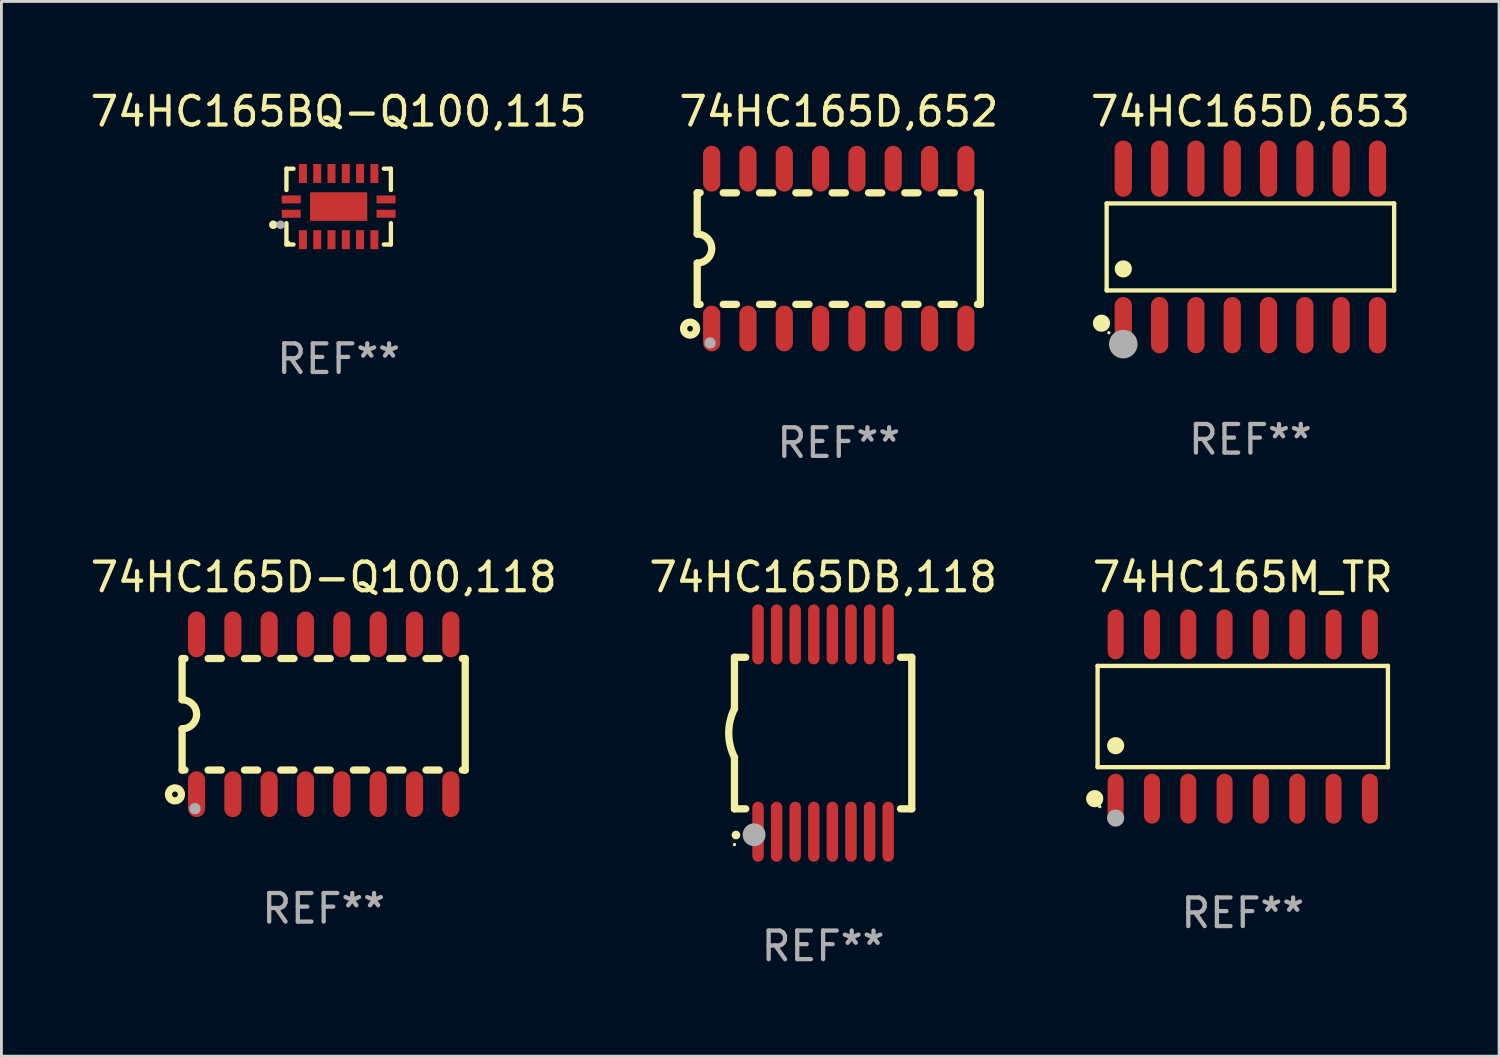
<source format=kicad_pcb>
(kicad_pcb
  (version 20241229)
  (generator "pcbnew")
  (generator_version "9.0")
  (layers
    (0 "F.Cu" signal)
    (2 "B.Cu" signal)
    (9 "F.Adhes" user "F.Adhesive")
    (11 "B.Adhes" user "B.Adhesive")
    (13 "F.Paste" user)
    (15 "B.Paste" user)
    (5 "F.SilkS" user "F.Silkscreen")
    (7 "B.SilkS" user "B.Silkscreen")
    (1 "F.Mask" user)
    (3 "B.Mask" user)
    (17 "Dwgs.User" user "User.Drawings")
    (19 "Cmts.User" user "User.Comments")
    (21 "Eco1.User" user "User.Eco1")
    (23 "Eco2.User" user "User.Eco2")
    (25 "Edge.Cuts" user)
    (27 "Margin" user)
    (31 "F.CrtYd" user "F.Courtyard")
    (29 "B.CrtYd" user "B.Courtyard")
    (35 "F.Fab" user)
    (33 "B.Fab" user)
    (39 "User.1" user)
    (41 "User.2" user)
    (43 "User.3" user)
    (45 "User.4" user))
  (footprint "74HC165D,653"
    (layer "F.Cu")
    (at 40.673 5.584)
    (property "Reference" "74HC165D,653" (at 0 -4.736 0) (layer "F.SilkS") (effects (font (size 1 1) (thickness 0.15))))
    (attr through_hole)
    (fp_line (start -5.026 -1.521) (end 5.026 -1.521) (stroke (width 0.152) (type solid)) (layer "F.SilkS"))
    (fp_line (start -5.026 1.521) (end -5.026 -1.521) (stroke (width 0.152) (type solid)) (layer "F.SilkS"))
    (fp_line (start 5.026 -1.521) (end 5.026 1.521) (stroke (width 0.152) (type solid)) (layer "F.SilkS"))
    (fp_line (start 5.026 1.521) (end -5.026 1.521) (stroke (width 0.152) (type solid)) (layer "F.SilkS"))
    (fp_circle (center -5.207 2.667) (end -5.057 2.667) (stroke (width 0.3) (type solid)) (fill no) (layer "F.SilkS"))
    (fp_circle (center -4.95 3) (end -4.92 3) (stroke (width 0.06) (type solid)) (fill no) (layer "F.SilkS"))
    (fp_circle (center -4.445 0.769) (end -4.295 0.769) (stroke (width 0.3) (type solid)) (fill no) (layer "F.SilkS"))
    (fp_circle (center -4.445 3.4) (end -4.195 3.4) (stroke (width 0.5) (type solid)) (fill no) (layer "F.Fab"))
    (fp_text user "REF**" (at 0 6.736 0) (layer "F.Fab") (effects (font (size 1 1) (thickness 0.15))))
    (pad "1" smd oval (at -4.445 2.736) (size 0.602 1.971) (layers "F.Cu" "F.Mask" "F.Paste"))
    (pad "2" smd oval (at -3.175 2.736) (size 0.602 1.971) (layers "F.Cu" "F.Mask" "F.Paste"))
    (pad "3" smd oval (at -1.905 2.736) (size 0.602 1.971) (layers "F.Cu" "F.Mask" "F.Paste"))
    (pad "4" smd oval (at -0.635 2.736) (size 0.602 1.971) (layers "F.Cu" "F.Mask" "F.Paste"))
    (pad "5" smd oval (at 0.635 2.736) (size 0.602 1.971) (layers "F.Cu" "F.Mask" "F.Paste"))
    (pad "6" smd oval (at 1.905 2.736) (size 0.602 1.971) (layers "F.Cu" "F.Mask" "F.Paste"))
    (pad "7" smd oval (at 3.175 2.736) (size 0.602 1.971) (layers "F.Cu" "F.Mask" "F.Paste"))
    (pad "8" smd oval (at 4.445 2.736) (size 0.602 1.971) (layers "F.Cu" "F.Mask" "F.Paste"))
    (pad "9" smd oval (at 4.445 -2.736) (size 0.602 1.971) (layers "F.Cu" "F.Mask" "F.Paste"))
    (pad "10" smd oval (at 3.175 -2.736) (size 0.602 1.971) (layers "F.Cu" "F.Mask" "F.Paste"))
    (pad "11" smd oval (at 1.905 -2.736) (size 0.602 1.971) (layers "F.Cu" "F.Mask" "F.Paste"))
    (pad "12" smd oval (at 0.635 -2.736) (size 0.602 1.971) (layers "F.Cu" "F.Mask" "F.Paste"))
    (pad "13" smd oval (at -0.635 -2.736) (size 0.602 1.971) (layers "F.Cu" "F.Mask" "F.Paste"))
    (pad "14" smd oval (at -1.905 -2.736) (size 0.602 1.971) (layers "F.Cu" "F.Mask" "F.Paste"))
    (pad "15" smd oval (at -3.175 -2.736) (size 0.602 1.971) (layers "F.Cu" "F.Mask" "F.Paste"))
    (pad "16" smd oval (at -4.445 -2.736) (size 0.602 1.971) (layers "F.Cu" "F.Mask" "F.Paste")))
  (footprint "74HC165D,652"
    (layer "F.Cu")
    (at 26.28 5.642)
    (property "Reference" "74HC165D,652" (at 0 -4.794 0) (layer "F.SilkS") (effects (font (size 1 1) (thickness 0.15))))
    (attr through_hole)
    (fp_line (start -4.95 -1.95) (end -4.95 -0.508) (stroke (width 0.254) (type solid)) (layer "F.SilkS"))
    (fp_line (start -4.95 -1.95) (end -4.849 -1.95) (stroke (width 0.254) (type solid)) (layer "F.SilkS"))
    (fp_line (start -4.95 1.95) (end -4.95 0.508) (stroke (width 0.254) (type solid)) (layer "F.SilkS"))
    (fp_line (start -4.95 1.95) (end -4.849 1.95) (stroke (width 0.254) (type solid)) (layer "F.SilkS"))
    (fp_line (start -4.041 -1.95) (end -3.579 -1.95) (stroke (width 0.254) (type solid)) (layer "F.SilkS"))
    (fp_line (start -4.041 1.95) (end -3.579 1.95) (stroke (width 0.254) (type solid)) (layer "F.SilkS"))
    (fp_line (start -2.771 -1.95) (end -2.309 -1.95) (stroke (width 0.254) (type solid)) (layer "F.SilkS"))
    (fp_line (start -2.771 1.95) (end -2.309 1.95) (stroke (width 0.254) (type solid)) (layer "F.SilkS"))
    (fp_line (start -1.501 -1.95) (end -1.039 -1.95) (stroke (width 0.254) (type solid)) (layer "F.SilkS"))
    (fp_line (start -1.501 1.95) (end -1.039 1.95) (stroke (width 0.254) (type solid)) (layer "F.SilkS"))
    (fp_line (start -0.231 -1.95) (end 0.231 -1.95) (stroke (width 0.254) (type solid)) (layer "F.SilkS"))
    (fp_line (start -0.231 1.95) (end 0.231 1.95) (stroke (width 0.254) (type solid)) (layer "F.SilkS"))
    (fp_line (start 1.039 -1.95) (end 1.501 -1.95) (stroke (width 0.254) (type solid)) (layer "F.SilkS"))
    (fp_line (start 1.039 1.95) (end 1.501 1.95) (stroke (width 0.254) (type solid)) (layer "F.SilkS"))
    (fp_line (start 2.309 -1.95) (end 2.771 -1.95) (stroke (width 0.254) (type solid)) (layer "F.SilkS"))
    (fp_line (start 2.309 1.95) (end 2.771 1.95) (stroke (width 0.254) (type solid)) (layer "F.SilkS"))
    (fp_line (start 3.579 -1.95) (end 4.041 -1.95) (stroke (width 0.254) (type solid)) (layer "F.SilkS"))
    (fp_line (start 3.579 1.95) (end 4.041 1.95) (stroke (width 0.254) (type solid)) (layer "F.SilkS"))
    (fp_line (start 4.849 -1.95) (end 4.95 -1.95) (stroke (width 0.254) (type solid)) (layer "F.SilkS"))
    (fp_line (start 4.849 1.95) (end 4.95 1.95) (stroke (width 0.254) (type solid)) (layer "F.SilkS"))
    (fp_line (start 4.95 -1.95) (end 4.95 1.95) (stroke (width 0.254) (type solid)) (layer "F.SilkS"))
    (fp_arc (start -4.95047 -0.508001) (mid -4.442469 -0.000228) (end -4.950013 0.508001) (stroke (width 0.254001) (type solid)) (layer "F.SilkS"))
    (fp_circle (center -5.2 2.8) (end -5.1 2.8) (stroke (width 0.254) (type solid)) (fill no) (layer "F.SilkS"))
    (fp_circle (center -4.95 2.947) (end -4.92 2.947) (stroke (width 0.06) (type solid)) (fill no) (layer "F.SilkS"))
    (fp_circle (center -4.5 3.3) (end -4.4 3.3) (stroke (width 0.2) (type solid)) (fill no) (layer "F.Fab"))
    (fp_text user "REF**" (at 0 6.794 0) (layer "F.Fab") (effects (font (size 1 1) (thickness 0.15))))
    (pad "1" smd oval (at -4.445 2.794) (size 0.6 1.6) (layers "F.Cu" "F.Mask" "F.Paste"))
    (pad "2" smd oval (at -3.175 2.794) (size 0.6 1.6) (layers "F.Cu" "F.Mask" "F.Paste"))
    (pad "3" smd oval (at -1.905 2.794) (size 0.6 1.6) (layers "F.Cu" "F.Mask" "F.Paste"))
    (pad "4" smd oval (at -0.635 2.794) (size 0.6 1.6) (layers "F.Cu" "F.Mask" "F.Paste"))
    (pad "5" smd oval (at 0.635 2.794) (size 0.6 1.6) (layers "F.Cu" "F.Mask" "F.Paste"))
    (pad "6" smd oval (at 1.905 2.794) (size 0.6 1.6) (layers "F.Cu" "F.Mask" "F.Paste"))
    (pad "7" smd oval (at 3.175 2.794) (size 0.6 1.6) (layers "F.Cu" "F.Mask" "F.Paste"))
    (pad "8" smd oval (at 4.445 2.794) (size 0.6 1.6) (layers "F.Cu" "F.Mask" "F.Paste"))
    (pad "9" smd oval (at 4.445 -2.794) (size 0.6 1.6) (layers "F.Cu" "F.Mask" "F.Paste"))
    (pad "10" smd oval (at 3.175 -2.794) (size 0.6 1.6) (layers "F.Cu" "F.Mask" "F.Paste"))
    (pad "11" smd oval (at 1.905 -2.794) (size 0.6 1.6) (layers "F.Cu" "F.Mask" "F.Paste"))
    (pad "12" smd oval (at 0.635 -2.794) (size 0.6 1.6) (layers "F.Cu" "F.Mask" "F.Paste"))
    (pad "13" smd oval (at -0.635 -2.794) (size 0.6 1.6) (layers "F.Cu" "F.Mask" "F.Paste"))
    (pad "14" smd oval (at -1.905 -2.794) (size 0.6 1.6) (layers "F.Cu" "F.Mask" "F.Paste"))
    (pad "15" smd oval (at -3.175 -2.794) (size 0.6 1.6) (layers "F.Cu" "F.Mask" "F.Paste"))
    (pad "16" smd oval (at -4.445 -2.794) (size 0.6 1.6) (layers "F.Cu" "F.Mask" "F.Paste")))
  (footprint "74HC165M_TR"
    (layer "F.Cu")
    (at 40.406 22.005)
    (property "Reference" "74HC165M_TR" (at 0 -4.872 0) (layer "F.SilkS") (effects (font (size 1 1) (thickness 0.15))))
    (attr through_hole)
    (fp_line (start -5.076 -1.771) (end 5.076 -1.771) (stroke (width 0.152) (type solid)) (layer "F.SilkS"))
    (fp_line (start -5.076 1.771) (end -5.076 -1.771) (stroke (width 0.152) (type solid)) (layer "F.SilkS"))
    (fp_line (start 5.076 -1.771) (end 5.076 1.771) (stroke (width 0.152) (type solid)) (layer "F.SilkS"))
    (fp_line (start 5.076 1.771) (end -5.076 1.771) (stroke (width 0.152) (type solid)) (layer "F.SilkS"))
    (fp_circle (center -5.177 2.872) (end -5.027 2.872) (stroke (width 0.3) (type solid)) (fill no) (layer "F.SilkS"))
    (fp_circle (center -5 3.15) (end -4.97 3.15) (stroke (width 0.06) (type solid)) (fill no) (layer "F.SilkS"))
    (fp_circle (center -4.445 1.019) (end -4.295 1.019) (stroke (width 0.3) (type solid)) (fill no) (layer "F.SilkS"))
    (fp_circle (center -4.445 3.55) (end -4.295 3.55) (stroke (width 0.3) (type solid)) (fill no) (layer "F.Fab"))
    (fp_text user "REF**" (at 0 6.872 0) (layer "F.Fab") (effects (font (size 1 1) (thickness 0.15))))
    (pad "1" smd oval (at -4.445 2.872) (size 0.56 1.745) (layers "F.Cu" "F.Mask" "F.Paste"))
    (pad "2" smd oval (at -3.175 2.872) (size 0.56 1.745) (layers "F.Cu" "F.Mask" "F.Paste"))
    (pad "3" smd oval (at -1.905 2.872) (size 0.56 1.745) (layers "F.Cu" "F.Mask" "F.Paste"))
    (pad "4" smd oval (at -0.635 2.872) (size 0.56 1.745) (layers "F.Cu" "F.Mask" "F.Paste"))
    (pad "5" smd oval (at 0.635 2.872) (size 0.56 1.745) (layers "F.Cu" "F.Mask" "F.Paste"))
    (pad "6" smd oval (at 1.905 2.872) (size 0.56 1.745) (layers "F.Cu" "F.Mask" "F.Paste"))
    (pad "7" smd oval (at 3.175 2.872) (size 0.56 1.745) (layers "F.Cu" "F.Mask" "F.Paste"))
    (pad "8" smd oval (at 4.445 2.872) (size 0.56 1.745) (layers "F.Cu" "F.Mask" "F.Paste"))
    (pad "9" smd oval (at 4.445 -2.872) (size 0.56 1.745) (layers "F.Cu" "F.Mask" "F.Paste"))
    (pad "10" smd oval (at 3.175 -2.872) (size 0.56 1.745) (layers "F.Cu" "F.Mask" "F.Paste"))
    (pad "11" smd oval (at 1.905 -2.872) (size 0.56 1.745) (layers "F.Cu" "F.Mask" "F.Paste"))
    (pad "12" smd oval (at 0.635 -2.872) (size 0.56 1.745) (layers "F.Cu" "F.Mask" "F.Paste"))
    (pad "13" smd oval (at -0.635 -2.872) (size 0.56 1.745) (layers "F.Cu" "F.Mask" "F.Paste"))
    (pad "14" smd oval (at -1.905 -2.872) (size 0.56 1.745) (layers "F.Cu" "F.Mask" "F.Paste"))
    (pad "15" smd oval (at -3.175 -2.872) (size 0.56 1.745) (layers "F.Cu" "F.Mask" "F.Paste"))
    (pad "16" smd oval (at -4.445 -2.872) (size 0.56 1.745) (layers "F.Cu" "F.Mask" "F.Paste")))
  (footprint "74HC165BQ-Q100,115"
    (layer "F.Cu")
    (at 8.792 4.174)
    (property "Reference" "74HC165BQ-Q100,115" (at 0 -3.326 0) (layer "F.SilkS") (effects (font (size 1 1) (thickness 0.15))))
    (attr through_hole)
    (fp_line (start -1.826 -1.326) (end -1.58 -1.326) (stroke (width 0.152) (type solid)) (layer "F.SilkS"))
    (fp_line (start -1.826 -0.58) (end -1.826 -1.326) (stroke (width 0.152) (type solid)) (layer "F.SilkS"))
    (fp_line (start -1.826 0.58) (end -1.826 1.326) (stroke (width 0.152) (type solid)) (layer "F.SilkS"))
    (fp_line (start -1.826 1.326) (end -1.58 1.326) (stroke (width 0.152) (type solid)) (layer "F.SilkS"))
    (fp_line (start 1.826 -1.326) (end 1.58 -1.326) (stroke (width 0.152) (type solid)) (layer "F.SilkS"))
    (fp_line (start 1.826 -0.58) (end 1.826 -1.326) (stroke (width 0.152) (type solid)) (layer "F.SilkS"))
    (fp_line (start 1.826 0.58) (end 1.826 1.326) (stroke (width 0.152) (type solid)) (layer "F.SilkS"))
    (fp_line (start 1.826 1.326) (end 1.58 1.326) (stroke (width 0.152) (type solid)) (layer "F.SilkS"))
    (fp_circle (center -2.286 0.635) (end -2.211 0.635) (stroke (width 0.15) (type solid)) (fill no) (layer "F.SilkS"))
    (fp_circle (center -1.75 1.25) (end -1.72 1.25) (stroke (width 0.06) (type solid)) (fill no) (layer "F.SilkS"))
    (fp_circle (center -2.032 0.635) (end -1.957 0.635) (stroke (width 0.15) (type solid)) (fill no) (layer "F.Fab"))
    (fp_text user "REF**" (at 0 5.326 0) (layer "F.Fab") (effects (font (size 1 1) (thickness 0.15))))
    (pad "1" smd rect (at -1.658 0.25) (size 0.665 0.28) (layers "F.Cu" "F.Mask" "F.Paste"))
    (pad "2" smd rect (at -1.25 1.157) (size 0.28 0.665) (layers "F.Cu" "F.Mask" "F.Paste"))
    (pad "3" smd rect (at -0.75 1.157) (size 0.28 0.665) (layers "F.Cu" "F.Mask" "F.Paste"))
    (pad "4" smd rect (at -0.25 1.157) (size 0.28 0.665) (layers "F.Cu" "F.Mask" "F.Paste"))
    (pad "5" smd rect (at 0.25 1.157) (size 0.28 0.665) (layers "F.Cu" "F.Mask" "F.Paste"))
    (pad "6" smd rect (at 0.75 1.157) (size 0.28 0.665) (layers "F.Cu" "F.Mask" "F.Paste"))
    (pad "7" smd rect (at 1.25 1.157) (size 0.28 0.665) (layers "F.Cu" "F.Mask" "F.Paste"))
    (pad "8" smd rect (at 1.658 0.25) (size 0.665 0.28) (layers "F.Cu" "F.Mask" "F.Paste"))
    (pad "9" smd rect (at 1.658 -0.25) (size 0.665 0.28) (layers "F.Cu" "F.Mask" "F.Paste"))
    (pad "10" smd rect (at 1.25 -1.157) (size 0.28 0.665) (layers "F.Cu" "F.Mask" "F.Paste"))
    (pad "11" smd rect (at 0.75 -1.157) (size 0.28 0.665) (layers "F.Cu" "F.Mask" "F.Paste"))
    (pad "12" smd rect (at 0.25 -1.157) (size 0.28 0.665) (layers "F.Cu" "F.Mask" "F.Paste"))
    (pad "13" smd rect (at -0.25 -1.157) (size 0.28 0.665) (layers "F.Cu" "F.Mask" "F.Paste"))
    (pad "14" smd rect (at -0.75 -1.157) (size 0.28 0.665) (layers "F.Cu" "F.Mask" "F.Paste"))
    (pad "15" smd rect (at -1.25 -1.157) (size 0.28 0.665) (layers "F.Cu" "F.Mask" "F.Paste"))
    (pad "16" smd rect (at -1.658 -0.25) (size 0.665 0.28) (layers "F.Cu" "F.Mask" "F.Paste"))
    (pad "17" smd rect (at 0 0) (size 2 1) (layers "F.Cu" "F.Mask" "F.Paste")))
  (footprint "74HC165D-Q100,118"
    (layer "F.Cu")
    (at 8.268 21.927)
    (property "Reference" "74HC165D-Q100,118" (at 0 -4.794 0) (layer "F.SilkS") (effects (font (size 1 1) (thickness 0.15))))
    (attr through_hole)
    (fp_line (start -4.95 -1.95) (end -4.95 -0.508) (stroke (width 0.254) (type solid)) (layer "F.SilkS"))
    (fp_line (start -4.95 -1.95) (end -4.849 -1.95) (stroke (width 0.254) (type solid)) (layer "F.SilkS"))
    (fp_line (start -4.95 1.95) (end -4.95 0.508) (stroke (width 0.254) (type solid)) (layer "F.SilkS"))
    (fp_line (start -4.95 1.95) (end -4.849 1.95) (stroke (width 0.254) (type solid)) (layer "F.SilkS"))
    (fp_line (start -4.041 -1.95) (end -3.579 -1.95) (stroke (width 0.254) (type solid)) (layer "F.SilkS"))
    (fp_line (start -4.041 1.95) (end -3.579 1.95) (stroke (width 0.254) (type solid)) (layer "F.SilkS"))
    (fp_line (start -2.771 -1.95) (end -2.309 -1.95) (stroke (width 0.254) (type solid)) (layer "F.SilkS"))
    (fp_line (start -2.771 1.95) (end -2.309 1.95) (stroke (width 0.254) (type solid)) (layer "F.SilkS"))
    (fp_line (start -1.501 -1.95) (end -1.039 -1.95) (stroke (width 0.254) (type solid)) (layer "F.SilkS"))
    (fp_line (start -1.501 1.95) (end -1.039 1.95) (stroke (width 0.254) (type solid)) (layer "F.SilkS"))
    (fp_line (start -0.231 -1.95) (end 0.231 -1.95) (stroke (width 0.254) (type solid)) (layer "F.SilkS"))
    (fp_line (start -0.231 1.95) (end 0.231 1.95) (stroke (width 0.254) (type solid)) (layer "F.SilkS"))
    (fp_line (start 1.039 -1.95) (end 1.501 -1.95) (stroke (width 0.254) (type solid)) (layer "F.SilkS"))
    (fp_line (start 1.039 1.95) (end 1.501 1.95) (stroke (width 0.254) (type solid)) (layer "F.SilkS"))
    (fp_line (start 2.309 -1.95) (end 2.771 -1.95) (stroke (width 0.254) (type solid)) (layer "F.SilkS"))
    (fp_line (start 2.309 1.95) (end 2.771 1.95) (stroke (width 0.254) (type solid)) (layer "F.SilkS"))
    (fp_line (start 3.579 -1.95) (end 4.041 -1.95) (stroke (width 0.254) (type solid)) (layer "F.SilkS"))
    (fp_line (start 3.579 1.95) (end 4.041 1.95) (stroke (width 0.254) (type solid)) (layer "F.SilkS"))
    (fp_line (start 4.849 -1.95) (end 4.95 -1.95) (stroke (width 0.254) (type solid)) (layer "F.SilkS"))
    (fp_line (start 4.849 1.95) (end 4.95 1.95) (stroke (width 0.254) (type solid)) (layer "F.SilkS"))
    (fp_line (start 4.95 -1.95) (end 4.95 1.95) (stroke (width 0.254) (type solid)) (layer "F.SilkS"))
    (fp_arc (start -4.95047 -0.508001) (mid -4.442469 -0.000228) (end -4.950013 0.508001) (stroke (width 0.254001) (type solid)) (layer "F.SilkS"))
    (fp_circle (center -5.2 2.8) (end -5.1 2.8) (stroke (width 0.254) (type solid)) (fill no) (layer "F.SilkS"))
    (fp_circle (center -4.95 2.947) (end -4.92 2.947) (stroke (width 0.06) (type solid)) (fill no) (layer "F.SilkS"))
    (fp_circle (center -4.5 3.3) (end -4.4 3.3) (stroke (width 0.2) (type solid)) (fill no) (layer "F.Fab"))
    (fp_text user "REF**" (at 0 6.794 0) (layer "F.Fab") (effects (font (size 1 1) (thickness 0.15))))
    (pad "1" smd oval (at -4.445 2.794) (size 0.6 1.6) (layers "F.Cu" "F.Mask" "F.Paste"))
    (pad "2" smd oval (at -3.175 2.794) (size 0.6 1.6) (layers "F.Cu" "F.Mask" "F.Paste"))
    (pad "3" smd oval (at -1.905 2.794) (size 0.6 1.6) (layers "F.Cu" "F.Mask" "F.Paste"))
    (pad "4" smd oval (at -0.635 2.794) (size 0.6 1.6) (layers "F.Cu" "F.Mask" "F.Paste"))
    (pad "5" smd oval (at 0.635 2.794) (size 0.6 1.6) (layers "F.Cu" "F.Mask" "F.Paste"))
    (pad "6" smd oval (at 1.905 2.794) (size 0.6 1.6) (layers "F.Cu" "F.Mask" "F.Paste"))
    (pad "7" smd oval (at 3.175 2.794) (size 0.6 1.6) (layers "F.Cu" "F.Mask" "F.Paste"))
    (pad "8" smd oval (at 4.445 2.794) (size 0.6 1.6) (layers "F.Cu" "F.Mask" "F.Paste"))
    (pad "9" smd oval (at 4.445 -2.794) (size 0.6 1.6) (layers "F.Cu" "F.Mask" "F.Paste"))
    (pad "10" smd oval (at 3.175 -2.794) (size 0.6 1.6) (layers "F.Cu" "F.Mask" "F.Paste"))
    (pad "11" smd oval (at 1.905 -2.794) (size 0.6 1.6) (layers "F.Cu" "F.Mask" "F.Paste"))
    (pad "12" smd oval (at 0.635 -2.794) (size 0.6 1.6) (layers "F.Cu" "F.Mask" "F.Paste"))
    (pad "13" smd oval (at -0.635 -2.794) (size 0.6 1.6) (layers "F.Cu" "F.Mask" "F.Paste"))
    (pad "14" smd oval (at -1.905 -2.794) (size 0.6 1.6) (layers "F.Cu" "F.Mask" "F.Paste"))
    (pad "15" smd oval (at -3.175 -2.794) (size 0.6 1.6) (layers "F.Cu" "F.Mask" "F.Paste"))
    (pad "16" smd oval (at -4.445 -2.794) (size 0.6 1.6) (layers "F.Cu" "F.Mask" "F.Paste")))
  (footprint "74HC165DB,118"
    (layer "F.Cu")
    (at 25.732 22.583)
    (property "Reference" "74HC165DB,118" (at 0 -5.45 0) (layer "F.SilkS") (effects (font (size 1 1) (thickness 0.15))))
    (attr through_hole)
    (fp_line (start -3.1 -2.65) (end -3.1 -0.85) (stroke (width 0.254) (type solid)) (layer "F.SilkS"))
    (fp_line (start -3.1 -2.65) (end -2.706 -2.65) (stroke (width 0.254) (type solid)) (layer "F.SilkS"))
    (fp_line (start -3.1 2.65) (end -3.1 0.85) (stroke (width 0.254) (type solid)) (layer "F.SilkS"))
    (fp_line (start -3.1 2.65) (end -2.706 2.65) (stroke (width 0.254) (type solid)) (layer "F.SilkS"))
    (fp_line (start 2.706 -2.65) (end 3.1 -2.65) (stroke (width 0.254) (type solid)) (layer "F.SilkS"))
    (fp_line (start 2.706 2.65) (end 3.1 2.65) (stroke (width 0.254) (type solid)) (layer "F.SilkS"))
    (fp_line (start 3.1 -2.65) (end 3.1 2.65) (stroke (width 0.254) (type solid)) (layer "F.SilkS"))
    (fp_arc (start -3.098907 0.850902) (mid -3.300057 0.000523) (end -3.1 -0.850114) (stroke (width 0.254001) (type solid)) (layer "F.SilkS"))
    (fp_arc (start -3.048006 3.566066) (mid -3.046736 3.566061) (end -3.045466 3.566066) (stroke (width 0.3) (type solid)) (layer "F.SilkS"))
    (fp_circle (center -3.1 3.9) (end -3.07 3.9) (stroke (width 0.06) (type solid)) (fill no) (layer "F.SilkS"))
    (fp_circle (center -2.413 3.556) (end -2.213 3.556) (stroke (width 0.4) (type solid)) (fill no) (layer "F.Fab"))
    (fp_text user "REF**" (at 0 7.45 0) (layer "F.Fab") (effects (font (size 1 1) (thickness 0.15))))
    (pad "1" smd oval (at -2.275 3.45 180) (size 0.4 2.1) (layers "F.Cu" "F.Mask" "F.Paste"))
    (pad "2" smd oval (at -1.625 3.45 180) (size 0.4 2.1) (layers "F.Cu" "F.Mask" "F.Paste"))
    (pad "3" smd oval (at -0.975 3.45 180) (size 0.4 2.1) (layers "F.Cu" "F.Mask" "F.Paste"))
    (pad "4" smd oval (at -0.325 3.45 180) (size 0.4 2.1) (layers "F.Cu" "F.Mask" "F.Paste"))
    (pad "5" smd oval (at 0.325 3.45 180) (size 0.4 2.1) (layers "F.Cu" "F.Mask" "F.Paste"))
    (pad "6" smd oval (at 0.975 3.45 180) (size 0.4 2.1) (layers "F.Cu" "F.Mask" "F.Paste"))
    (pad "7" smd oval (at 1.625 3.45 180) (size 0.4 2.1) (layers "F.Cu" "F.Mask" "F.Paste"))
    (pad "8" smd oval (at 2.275 3.45 180) (size 0.4 2.1) (layers "F.Cu" "F.Mask" "F.Paste"))
    (pad "9" smd oval (at 2.275 -3.45 180) (size 0.4 2.1) (layers "F.Cu" "F.Mask" "F.Paste"))
    (pad "10" smd oval (at 1.625 -3.45 180) (size 0.4 2.1) (layers "F.Cu" "F.Mask" "F.Paste"))
    (pad "11" smd oval (at 0.975 -3.45 180) (size 0.4 2.1) (layers "F.Cu" "F.Mask" "F.Paste"))
    (pad "12" smd oval (at 0.325 -3.45 180) (size 0.4 2.1) (layers "F.Cu" "F.Mask" "F.Paste"))
    (pad "13" smd oval (at -0.325 -3.45 180) (size 0.4 2.1) (layers "F.Cu" "F.Mask" "F.Paste"))
    (pad "14" smd oval (at -0.975 -3.45 180) (size 0.4 2.1) (layers "F.Cu" "F.Mask" "F.Paste"))
    (pad "15" smd oval (at -1.625 -3.45 180) (size 0.4 2.1) (layers "F.Cu" "F.Mask" "F.Paste"))
    (pad "16" smd oval (at -2.275 -3.45 180) (size 0.4 2.1) (layers "F.Cu" "F.Mask" "F.Paste")))
  (gr_rect
    (start -3 -3)
    (end 49.369 33.881)
    (stroke (width 0.1) (type default))
    (fill no)
    (layer "Edge.Cuts")))
</source>
